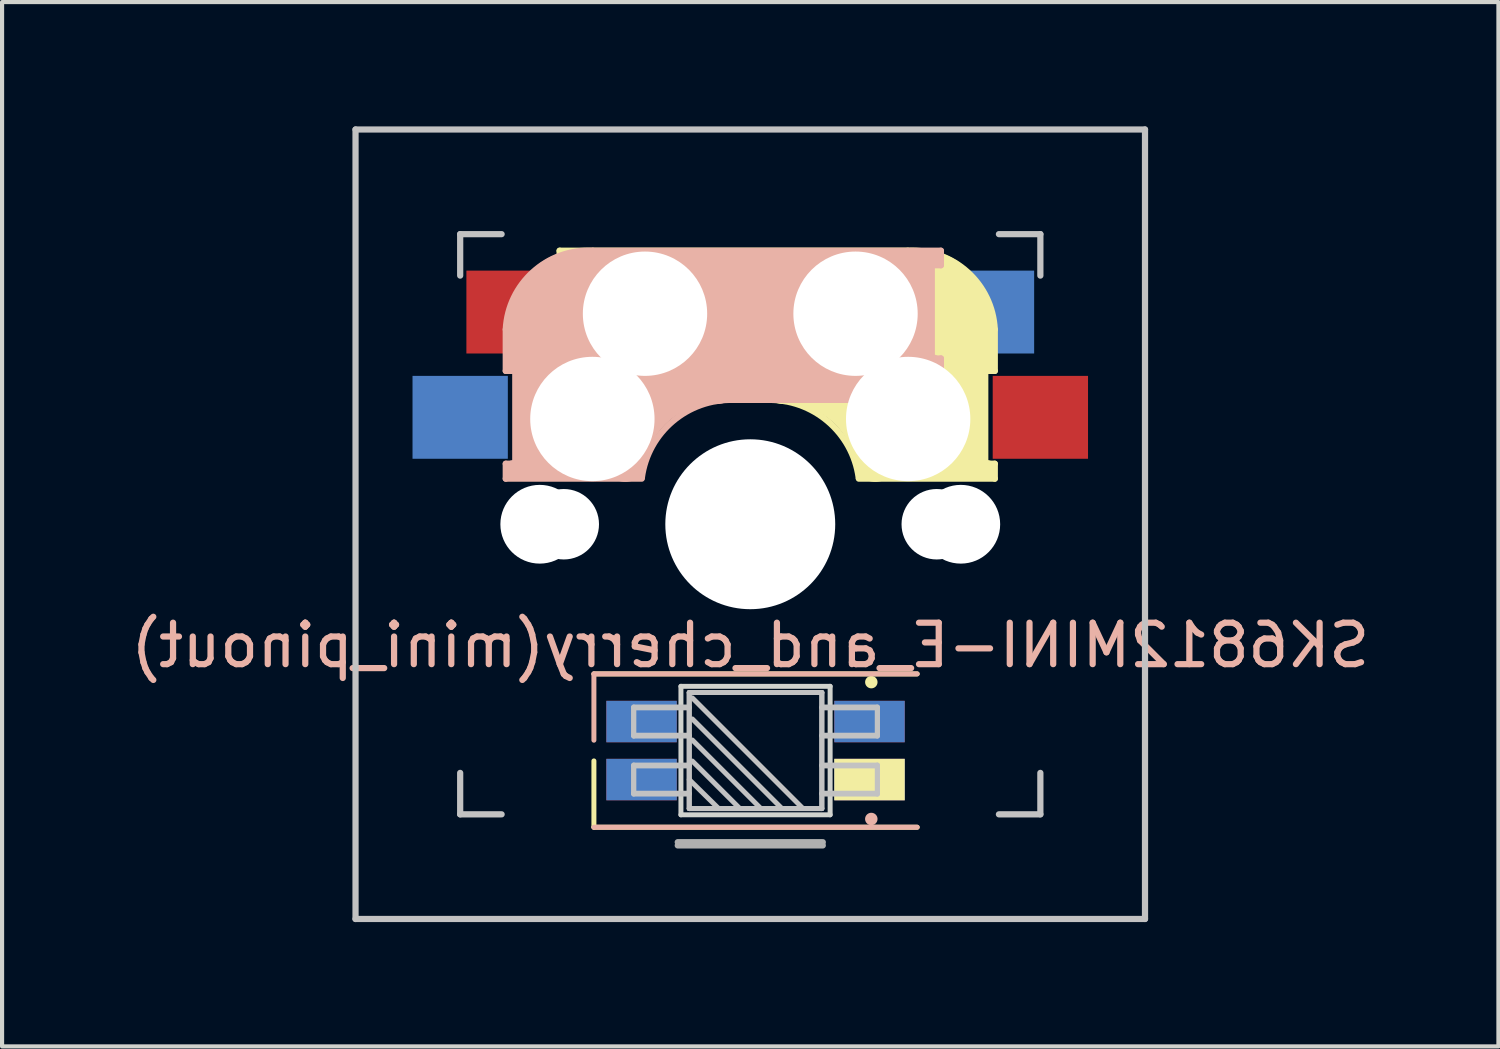
<source format=kicad_pcb>
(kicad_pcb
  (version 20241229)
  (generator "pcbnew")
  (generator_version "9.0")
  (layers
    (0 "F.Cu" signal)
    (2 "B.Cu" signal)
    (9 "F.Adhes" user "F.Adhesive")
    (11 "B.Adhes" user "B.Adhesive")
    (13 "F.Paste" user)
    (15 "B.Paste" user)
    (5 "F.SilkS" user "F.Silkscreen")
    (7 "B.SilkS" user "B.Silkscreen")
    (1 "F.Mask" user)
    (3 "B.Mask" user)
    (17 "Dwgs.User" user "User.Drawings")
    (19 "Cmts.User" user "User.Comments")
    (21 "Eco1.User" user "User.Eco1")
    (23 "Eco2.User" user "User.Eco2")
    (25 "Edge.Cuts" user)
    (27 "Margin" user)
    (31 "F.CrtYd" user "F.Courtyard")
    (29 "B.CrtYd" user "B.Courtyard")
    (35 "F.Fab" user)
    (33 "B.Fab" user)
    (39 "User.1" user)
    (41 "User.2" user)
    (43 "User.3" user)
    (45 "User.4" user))
  (footprint "SK6812MINI-E_and_cherry(mini_pinout)"
    (layer "F.Cu")
    (at 15.054 9.6)
    (property "Reference" "SK6812MINI-E_and_cherry(mini_pinout)" (at 0 2.921 0) (unlocked yes) (layer "B.SilkS") (effects (font (size 1 1) (thickness 0.15)) (justify mirror)))
    (attr through_hole)
    (fp_line (start -4.6 -6.6) (end 3.8 -6.6) (stroke (width 0.15) (type solid)) (layer "F.SilkS"))
    (fp_line (start -4.6 -6.25) (end -4.6 -6.6) (stroke (width 0.15) (type solid)) (layer "F.SilkS"))
    (fp_line (start -4.6 -4) (end -4.4 -4) (stroke (width 0.15) (type solid)) (layer "F.SilkS"))
    (fp_line (start -4.6 -3) (end -4.6 -4) (stroke (width 0.15) (type solid)) (layer "F.SilkS"))
    (fp_line (start -4.4 -6.4) (end -3 -6.4) (stroke (width 0.4) (type solid)) (layer "F.SilkS"))
    (fp_line (start -4.4 -6.25) (end -4.6 -6.25) (stroke (width 0.15) (type solid)) (layer "F.SilkS"))
    (fp_line (start -4.4 -3.9) (end -4.4 -3.2) (stroke (width 0.4) (type solid)) (layer "F.SilkS"))
    (fp_line (start -4.38 -4) (end -4.38 -6.25) (stroke (width 0.15) (type solid)) (layer "F.SilkS"))
    (fp_line (start -4.3 -3.3) (end -2.9 -3.3) (stroke (width 0.5) (type solid)) (layer "F.SilkS"))
    (fp_line (start -3.9 -6) (end -3.9 -3.5) (stroke (width 1) (type solid)) (layer "F.SilkS"))
    (fp_line (start -3.773 5.711) (end -3.773 7.311) (stroke (width 0.12) (type solid)) (layer "F.SilkS"))
    (fp_line (start -3.773 7.311) (end 4.027 7.311) (stroke (width 0.12) (type solid)) (layer "F.SilkS"))
    (fp_line (start -2.6 -4.8) (end 4.1 -4.8) (stroke (width 3.5) (type solid)) (layer "F.SilkS"))
    (fp_line (start 0.4 -3) (end -4.6 -3) (stroke (width 0.15) (type solid)) (layer "F.SilkS"))
    (fp_line (start 2.921 3.81) (end 2.921 3.81) (stroke (width 0.3) (type solid)) (layer "F.SilkS"))
    (fp_line (start 4.027 3.611) (end -3.773 3.611) (stroke (width 0.12) (type solid)) (layer "F.SilkS"))
    (fp_line (start 4.17 -5.1) (end 4.17 -2.86) (stroke (width 3) (type solid)) (layer "F.SilkS"))
    (fp_line (start 5.3 -1.6) (end 5.3 -3.4) (stroke (width 0.8) (type solid)) (layer "F.SilkS"))
    (fp_line (start 5.67 -3.7) (end 5.67 -1.46) (stroke (width 0.15) (type solid)) (layer "F.SilkS"))
    (fp_line (start 5.7 -1.46) (end 5.9 -1.46) (stroke (width 0.15) (type solid)) (layer "F.SilkS"))
    (fp_line (start 5.7 -1.3) (end 3 -1.3) (stroke (width 0.5) (type solid)) (layer "F.SilkS"))
    (fp_line (start 5.8 -3.8) (end 5.8 -4.7) (stroke (width 0.3) (type solid)) (layer "F.SilkS"))
    (fp_line (start 5.9 -4.7) (end 5.9 -3.7) (stroke (width 0.15) (type solid)) (layer "F.SilkS"))
    (fp_line (start 5.9 -3.7) (end 5.7 -3.7) (stroke (width 0.15) (type solid)) (layer "F.SilkS"))
    (fp_line (start 5.9 -1.1) (end 2.62 -1.1) (stroke (width 0.15) (type solid)) (layer "F.SilkS"))
    (fp_line (start 5.9 -1.1) (end 5.9 -1.46) (stroke (width 0.15) (type solid)) (layer "F.SilkS"))
    (fp_arc (start 0.4 -3) (mid 1.868709 -2.486118) (end 2.616318 -1.121471) (stroke (width 0.15) (type solid)) (layer "F.SilkS"))
    (fp_arc (start 0.8 -3.4) (mid 2.268709 -2.886118) (end 3.016318 -1.521471) (stroke (width 1) (type solid)) (layer "F.SilkS"))
    (fp_arc (start 3.8 -6.600001) (mid 5.243504 -6.084925) (end 5.900001 -4.7) (stroke (width 0.15) (type solid)) (layer "F.SilkS"))
    (fp_line (start -5.9 -4.7) (end -5.9 -3.7) (stroke (width 0.15) (type solid)) (layer "B.SilkS"))
    (fp_line (start -5.9 -3.7) (end -5.7 -3.7) (stroke (width 0.15) (type solid)) (layer "B.SilkS"))
    (fp_line (start -5.9 -1.1) (end -5.9 -1.46) (stroke (width 0.15) (type solid)) (layer "B.SilkS"))
    (fp_line (start -5.9 -1.1) (end -2.62 -1.1) (stroke (width 0.15) (type solid)) (layer "B.SilkS"))
    (fp_line (start -5.8 -3.8) (end -5.8 -4.7) (stroke (width 0.3) (type solid)) (layer "B.SilkS"))
    (fp_line (start -5.7 -1.46) (end -5.9 -1.46) (stroke (width 0.15) (type solid)) (layer "B.SilkS"))
    (fp_line (start -5.7 -1.3) (end -3 -1.3) (stroke (width 0.5) (type solid)) (layer "B.SilkS"))
    (fp_line (start -5.67 -3.7) (end -5.67 -1.46) (stroke (width 0.15) (type solid)) (layer "B.SilkS"))
    (fp_line (start -5.3 -1.6) (end -5.3 -3.4) (stroke (width 0.8) (type solid)) (layer "B.SilkS"))
    (fp_line (start -4.17 -5.1) (end -4.17 -2.86) (stroke (width 3) (type solid)) (layer "B.SilkS"))
    (fp_line (start -3.773 3.611) (end 4.027 3.611) (stroke (width 0.12) (type solid)) (layer "B.SilkS"))
    (fp_line (start -3.773 5.211) (end -3.773 3.611) (stroke (width 0.12) (type solid)) (layer "B.SilkS"))
    (fp_line (start -0.4 -3) (end 4.6 -3) (stroke (width 0.15) (type solid)) (layer "B.SilkS"))
    (fp_line (start 2.6 -4.8) (end -4.1 -4.8) (stroke (width 3.5) (type solid)) (layer "B.SilkS"))
    (fp_line (start 2.92 7.112) (end 2.921 7.112) (stroke (width 0.3) (type solid)) (layer "B.SilkS"))
    (fp_line (start 3.9 -6) (end 3.9 -3.5) (stroke (width 1) (type solid)) (layer "B.SilkS"))
    (fp_line (start 4.027 7.311) (end -3.773 7.311) (stroke (width 0.12) (type solid)) (layer "B.SilkS"))
    (fp_line (start 4.3 -3.3) (end 2.9 -3.3) (stroke (width 0.5) (type solid)) (layer "B.SilkS"))
    (fp_line (start 4.38 -4) (end 4.38 -6.25) (stroke (width 0.15) (type solid)) (layer "B.SilkS"))
    (fp_line (start 4.4 -6.4) (end 3 -6.4) (stroke (width 0.4) (type solid)) (layer "B.SilkS"))
    (fp_line (start 4.4 -6.25) (end 4.6 -6.25) (stroke (width 0.15) (type solid)) (layer "B.SilkS"))
    (fp_line (start 4.4 -3.9) (end 4.4 -3.2) (stroke (width 0.4) (type solid)) (layer "B.SilkS"))
    (fp_line (start 4.6 -6.6) (end -3.8 -6.6) (stroke (width 0.15) (type solid)) (layer "B.SilkS"))
    (fp_line (start 4.6 -6.25) (end 4.6 -6.6) (stroke (width 0.15) (type solid)) (layer "B.SilkS"))
    (fp_line (start 4.6 -4) (end 4.4 -4) (stroke (width 0.15) (type solid)) (layer "B.SilkS"))
    (fp_line (start 4.6 -3) (end 4.6 -4) (stroke (width 0.15) (type solid)) (layer "B.SilkS"))
    (fp_arc (start -5.9 -4.699999) (mid -5.243504 -6.084924) (end -3.800001 -6.6) (stroke (width 0.15) (type solid)) (layer "B.SilkS"))
    (fp_arc (start -3.016318 -1.521471) (mid -2.268709 -2.886118) (end -0.8 -3.4) (stroke (width 1) (type solid)) (layer "B.SilkS"))
    (fp_arc (start -2.616318 -1.121471) (mid -1.868709 -2.486118) (end -0.4 -3) (stroke (width 0.15) (type solid)) (layer "B.SilkS"))
    (fp_line (start -9.525 -9.525) (end 9.525 -9.525) (stroke (width 0.15) (type solid)) (layer "Dwgs.User"))
    (fp_line (start -9.525 9.525) (end -9.525 -9.525) (stroke (width 0.15) (type solid)) (layer "Dwgs.User"))
    (fp_line (start -7 -7) (end -6 -7) (stroke (width 0.15) (type solid)) (layer "Dwgs.User"))
    (fp_line (start -7 -6) (end -7 -7) (stroke (width 0.15) (type solid)) (layer "Dwgs.User"))
    (fp_line (start -7 6) (end -7 7) (stroke (width 0.15) (type solid)) (layer "Dwgs.User"))
    (fp_line (start -7 7) (end -6 7) (stroke (width 0.15) (type solid)) (layer "Dwgs.User"))
    (fp_line (start -2.813 4.411) (end -2.813 5.091) (stroke (width 0.12) (type solid)) (layer "Dwgs.User"))
    (fp_line (start -2.813 4.431) (end -1.473 4.431) (stroke (width 0.12) (type solid)) (layer "Dwgs.User"))
    (fp_line (start -2.813 5.091) (end -1.473 5.091) (stroke (width 0.12) (type solid)) (layer "Dwgs.User"))
    (fp_line (start -2.813 5.111) (end -2.813 4.431) (stroke (width 0.12) (type solid)) (layer "Dwgs.User"))
    (fp_line (start -2.813 5.811) (end -2.813 6.491) (stroke (width 0.12) (type solid)) (layer "Dwgs.User"))
    (fp_line (start -2.813 5.831) (end -1.473 5.831) (stroke (width 0.12) (type solid)) (layer "Dwgs.User"))
    (fp_line (start -2.813 6.491) (end -1.473 6.491) (stroke (width 0.12) (type solid)) (layer "Dwgs.User"))
    (fp_line (start -2.813 6.511) (end -2.813 5.831) (stroke (width 0.12) (type solid)) (layer "Dwgs.User"))
    (fp_line (start -1.473 4.061) (end -1.473 6.861) (stroke (width 0.12) (type solid)) (layer "Dwgs.User"))
    (fp_line (start -1.473 4.061) (end 1.727 4.061) (stroke (width 0.12) (type solid)) (layer "Dwgs.User"))
    (fp_line (start -1.473 4.061) (end 1.727 4.061) (stroke (width 0.12) (type solid)) (layer "Dwgs.User"))
    (fp_line (start -1.473 4.411) (end -2.813 4.411) (stroke (width 0.12) (type solid)) (layer "Dwgs.User"))
    (fp_line (start -1.473 5.111) (end -2.813 5.111) (stroke (width 0.12) (type solid)) (layer "Dwgs.User"))
    (fp_line (start -1.473 5.811) (end -2.813 5.811) (stroke (width 0.12) (type solid)) (layer "Dwgs.User"))
    (fp_line (start -1.473 6.161) (end -0.762 6.861) (stroke (width 0.12) (type solid)) (layer "Dwgs.User"))
    (fp_line (start -1.473 6.511) (end -2.813 6.511) (stroke (width 0.12) (type solid)) (layer "Dwgs.User"))
    (fp_line (start -1.473 6.861) (end -1.473 4.061) (stroke (width 0.12) (type solid)) (layer "Dwgs.User"))
    (fp_line (start -1.473 6.861) (end 1.727 6.861) (stroke (width 0.12) (type solid)) (layer "Dwgs.User"))
    (fp_line (start -1.473 6.861) (end 1.727 6.861) (stroke (width 0.12) (type solid)) (layer "Dwgs.User"))
    (fp_line (start -1.397 4.191) (end 1.27 6.858) (stroke (width 0.12) (type solid)) (layer "Dwgs.User"))
    (fp_line (start -1.397 4.699) (end 0.762 6.858) (stroke (width 0.12) (type solid)) (layer "Dwgs.User"))
    (fp_line (start -1.397 5.207) (end 0.254 6.858) (stroke (width 0.12) (type solid)) (layer "Dwgs.User"))
    (fp_line (start -1.397 5.715) (end -0.254 6.858) (stroke (width 0.12) (type solid)) (layer "Dwgs.User"))
    (fp_line (start 1.727 4.061) (end 1.727 6.861) (stroke (width 0.12) (type solid)) (layer "Dwgs.User"))
    (fp_line (start 1.727 4.431) (end 3.067 4.431) (stroke (width 0.12) (type solid)) (layer "Dwgs.User"))
    (fp_line (start 1.727 5.091) (end 3.067 5.091) (stroke (width 0.12) (type solid)) (layer "Dwgs.User"))
    (fp_line (start 1.727 5.831) (end 3.067 5.831) (stroke (width 0.12) (type solid)) (layer "Dwgs.User"))
    (fp_line (start 1.727 6.491) (end 3.067 6.491) (stroke (width 0.12) (type solid)) (layer "Dwgs.User"))
    (fp_line (start 1.727 6.861) (end 1.727 4.061) (stroke (width 0.12) (type solid)) (layer "Dwgs.User"))
    (fp_line (start 3.067 4.411) (end 1.727 4.411) (stroke (width 0.12) (type solid)) (layer "Dwgs.User"))
    (fp_line (start 3.067 4.431) (end 3.067 5.111) (stroke (width 0.12) (type solid)) (layer "Dwgs.User"))
    (fp_line (start 3.067 5.091) (end 3.067 4.411) (stroke (width 0.12) (type solid)) (layer "Dwgs.User"))
    (fp_line (start 3.067 5.111) (end 1.727 5.111) (stroke (width 0.12) (type solid)) (layer "Dwgs.User"))
    (fp_line (start 3.067 5.811) (end 1.727 5.811) (stroke (width 0.12) (type solid)) (layer "Dwgs.User"))
    (fp_line (start 3.067 5.831) (end 3.067 6.511) (stroke (width 0.12) (type solid)) (layer "Dwgs.User"))
    (fp_line (start 3.067 6.491) (end 3.067 5.811) (stroke (width 0.12) (type solid)) (layer "Dwgs.User"))
    (fp_line (start 3.067 6.511) (end 1.727 6.511) (stroke (width 0.12) (type solid)) (layer "Dwgs.User"))
    (fp_line (start 6 7) (end 7 7) (stroke (width 0.15) (type solid)) (layer "Dwgs.User"))
    (fp_line (start 7 -7) (end 6 -7) (stroke (width 0.15) (type solid)) (layer "Dwgs.User"))
    (fp_line (start 7 -7) (end 7 -6) (stroke (width 0.15) (type solid)) (layer "Dwgs.User"))
    (fp_line (start 7 7) (end 7 6) (stroke (width 0.15) (type solid)) (layer "Dwgs.User"))
    (fp_line (start 9.525 -9.525) (end 9.525 9.525) (stroke (width 0.15) (type solid)) (layer "Dwgs.User"))
    (fp_line (start 9.525 9.525) (end -9.525 9.525) (stroke (width 0.15) (type solid)) (layer "Dwgs.User"))
    (fp_line (start -1.673 3.911) (end 1.927 3.911) (stroke (width 0.12) (type solid)) (layer "Edge.Cuts"))
    (fp_line (start -1.673 7.011) (end -1.673 3.911) (stroke (width 0.12) (type solid)) (layer "Edge.Cuts"))
    (fp_line (start 1.927 3.911) (end 1.927 7.011) (stroke (width 0.12) (type solid)) (layer "Edge.Cuts"))
    (fp_line (start 1.927 7.011) (end -1.673 7.011) (stroke (width 0.12) (type solid)) (layer "Edge.Cuts"))
    (fp_line (start -1.75 7.672) (end 1.75 7.672) (stroke (width 0.15) (type solid)) (layer "F.Fab"))
    (fp_line (start 1.75 7.75) (end -1.75 7.75) (stroke (width 0.15) (type solid)) (layer "F.Fab"))
    (pad "" np_thru_hole circle (at -5.08 0) (size 1.9 1.9) (drill 1.9) (layers "*.Cu" "*.Mask"))
    (pad "" np_thru_hole circle (at -4.5 0) (size 1.7 1.7) (drill 1.7) (layers "*.Cu" "*.Mask"))
    (pad "" np_thru_hole circle (at -3.81 -2.54 180) (size 3 3) (drill 3) (layers "*.Cu" "*.Mask"))
    (pad "" np_thru_hole circle (at -2.54 -5.08 180) (size 3 3) (drill 3) (layers "*.Cu" "*.Mask"))
    (pad "" np_thru_hole circle (at 0 0 90) (size 4.1 4.1) (drill 4.1) (layers "*.Cu" "*.Mask"))
    (pad "" np_thru_hole circle (at 2.54 -5.08 180) (size 3 3) (drill 3) (layers "*.Cu" "*.Mask"))
    (pad "" np_thru_hole circle (at 3.81 -2.54 180) (size 3 3) (drill 3) (layers "*.Cu" "*.Mask"))
    (pad "" np_thru_hole circle (at 4.5 0) (size 1.7 1.7) (drill 1.7) (layers "*.Cu" "*.Mask"))
    (pad "" np_thru_hole circle (at 5.08 0) (size 1.9 1.9) (drill 1.9) (layers "*.Cu" "*.Mask"))
    (pad "1" smd rect (at 2.877 4.761) (size 1.7 1) (layers "B.Cu" "B.Mask" "B.Paste"))
    (pad "1" smd rect (at 2.877 6.161 180) (size 1.7 1) (layers "F.Cu" "F.Mask" "F.SilkS" "F.Paste"))
    (pad "2" smd rect (at -2.623 4.761) (size 1.7 1) (layers "B.Cu" "B.Mask" "B.Paste"))
    (pad "2" smd rect (at -2.623 6.161 180) (size 1.7 1) (layers "F.Cu" "F.Mask" "F.Paste"))
    (pad "3" smd rect (at -2.623 4.761 180) (size 1.7 1) (layers "F.Cu" "F.Mask" "F.Paste"))
    (pad "3" smd rect (at -2.623 6.161) (size 1.7 1) (layers "B.Cu" "B.Mask" "B.Paste"))
    (pad "4" smd rect (at 2.877 4.761 180) (size 1.7 1) (layers "F.Cu" "F.Mask" "F.Paste"))
    (pad "4" smd rect (at 2.877 6.161) (size 1.7 1) (layers "B.Cu" "B.Mask" "B.Paste"))
    (pad "5" smd rect (at -7 -2.58 180) (size 2.3 2) (layers "B.Cu" "B.Mask" "B.Paste"))
    (pad "5" smd rect (at 7 -2.58 180) (size 2.3 2) (layers "F.Cu" "F.Mask" "F.Paste"))
    (pad "6" smd rect (at -5.7 -5.12 180) (size 2.3 2) (layers "F.Cu" "F.Mask"))
    (pad "6" smd rect (at 5.7 -5.12 180) (size 2.3 2) (layers "B.Cu" "B.Mask" "B.Paste")))
  (gr_rect
    (start -3 -3)
    (end 33.107 22.2)
    (stroke (width 0.1) (type default))
    (fill no)
    (layer "Edge.Cuts")))
</source>
